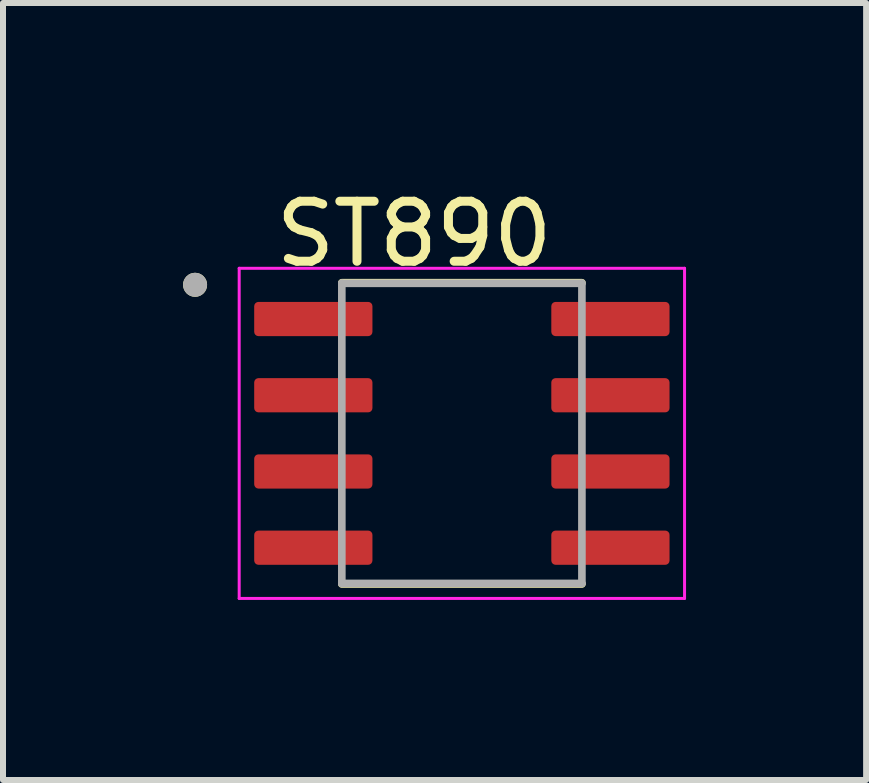
<source format=kicad_pcb>
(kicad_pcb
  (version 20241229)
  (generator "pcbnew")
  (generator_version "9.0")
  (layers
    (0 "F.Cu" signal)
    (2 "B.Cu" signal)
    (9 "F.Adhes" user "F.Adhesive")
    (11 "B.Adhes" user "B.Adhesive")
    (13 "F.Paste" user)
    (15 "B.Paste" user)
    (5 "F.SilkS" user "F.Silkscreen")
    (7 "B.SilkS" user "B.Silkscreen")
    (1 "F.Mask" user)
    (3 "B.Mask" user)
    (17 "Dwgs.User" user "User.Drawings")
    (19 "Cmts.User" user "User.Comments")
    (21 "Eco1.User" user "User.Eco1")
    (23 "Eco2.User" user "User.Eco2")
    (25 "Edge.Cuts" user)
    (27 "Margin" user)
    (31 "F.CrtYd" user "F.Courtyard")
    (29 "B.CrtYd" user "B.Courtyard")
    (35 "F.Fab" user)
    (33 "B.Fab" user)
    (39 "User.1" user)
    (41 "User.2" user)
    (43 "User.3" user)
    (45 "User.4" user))
  (footprint "ST890"
    (layer "F.Cu")
    (at 4.645 4.17)
    (property "Reference" "ST890" (at -0.795 -3.322 0) (layer "F.SilkS") (effects (font (size 1 1) (thickness 0.15))))
    (attr smd)
    (fp_line (start -2 -2.51) (end 2 -2.51) (stroke (width 0.127) (type solid)) (layer "F.SilkS"))
    (fp_line (start -2 2.51) (end 2 2.51) (stroke (width 0.127) (type solid)) (layer "F.SilkS"))
    (fp_circle (center -4.445 -2.475) (end -4.345 -2.475) (stroke (width 0.2) (type solid)) (fill no) (layer "F.SilkS"))
    (fp_line (start -3.71 -2.75) (end -3.71 2.75) (stroke (width 0.05) (type solid)) (layer "F.CrtYd"))
    (fp_line (start -3.71 -2.75) (end 3.71 -2.75) (stroke (width 0.05) (type solid)) (layer "F.CrtYd"))
    (fp_line (start -3.71 2.75) (end 3.71 2.75) (stroke (width 0.05) (type solid)) (layer "F.CrtYd"))
    (fp_line (start 3.71 -2.75) (end 3.71 2.75) (stroke (width 0.05) (type solid)) (layer "F.CrtYd"))
    (fp_line (start -2 -2.5) (end -2 2.5) (stroke (width 0.127) (type solid)) (layer "F.Fab"))
    (fp_line (start -2 -2.5) (end 2 -2.5) (stroke (width 0.127) (type solid)) (layer "F.Fab"))
    (fp_line (start -2 2.5) (end 2 2.5) (stroke (width 0.127) (type solid)) (layer "F.Fab"))
    (fp_line (start 2 -2.5) (end 2 2.5) (stroke (width 0.127) (type solid)) (layer "F.Fab"))
    (fp_circle (center -4.445 -2.475) (end -4.345 -2.475) (stroke (width 0.2) (type solid)) (fill no) (layer "F.Fab"))
    (pad "1" smd roundrect (at -2.475 -1.905) (size 1.97 0.57) (layers "F.Cu" "F.Mask" "F.Paste") (roundrect_rratio 0.125))
    (pad "2" smd roundrect (at -2.475 -0.635) (size 1.97 0.57) (layers "F.Cu" "F.Mask" "F.Paste") (roundrect_rratio 0.125))
    (pad "3" smd roundrect (at -2.475 0.635) (size 1.97 0.57) (layers "F.Cu" "F.Mask" "F.Paste") (roundrect_rratio 0.125))
    (pad "4" smd roundrect (at -2.475 1.905) (size 1.97 0.57) (layers "F.Cu" "F.Mask" "F.Paste") (roundrect_rratio 0.125))
    (pad "5" smd roundrect (at 2.475 1.905) (size 1.97 0.57) (layers "F.Cu" "F.Mask" "F.Paste") (roundrect_rratio 0.125))
    (pad "6" smd roundrect (at 2.475 0.635) (size 1.97 0.57) (layers "F.Cu" "F.Mask" "F.Paste") (roundrect_rratio 0.125))
    (pad "7" smd roundrect (at 2.475 -0.635) (size 1.97 0.57) (layers "F.Cu" "F.Mask" "F.Paste") (roundrect_rratio 0.125))
    (pad "8" smd roundrect (at 2.475 -1.905) (size 1.97 0.57) (layers "F.Cu" "F.Mask" "F.Paste") (roundrect_rratio 0.125)))
  (gr_rect
    (start -3 -3)
    (end 11.38 9.945)
    (stroke (width 0.1) (type default))
    (fill no)
    (layer "Edge.Cuts")))
</source>
